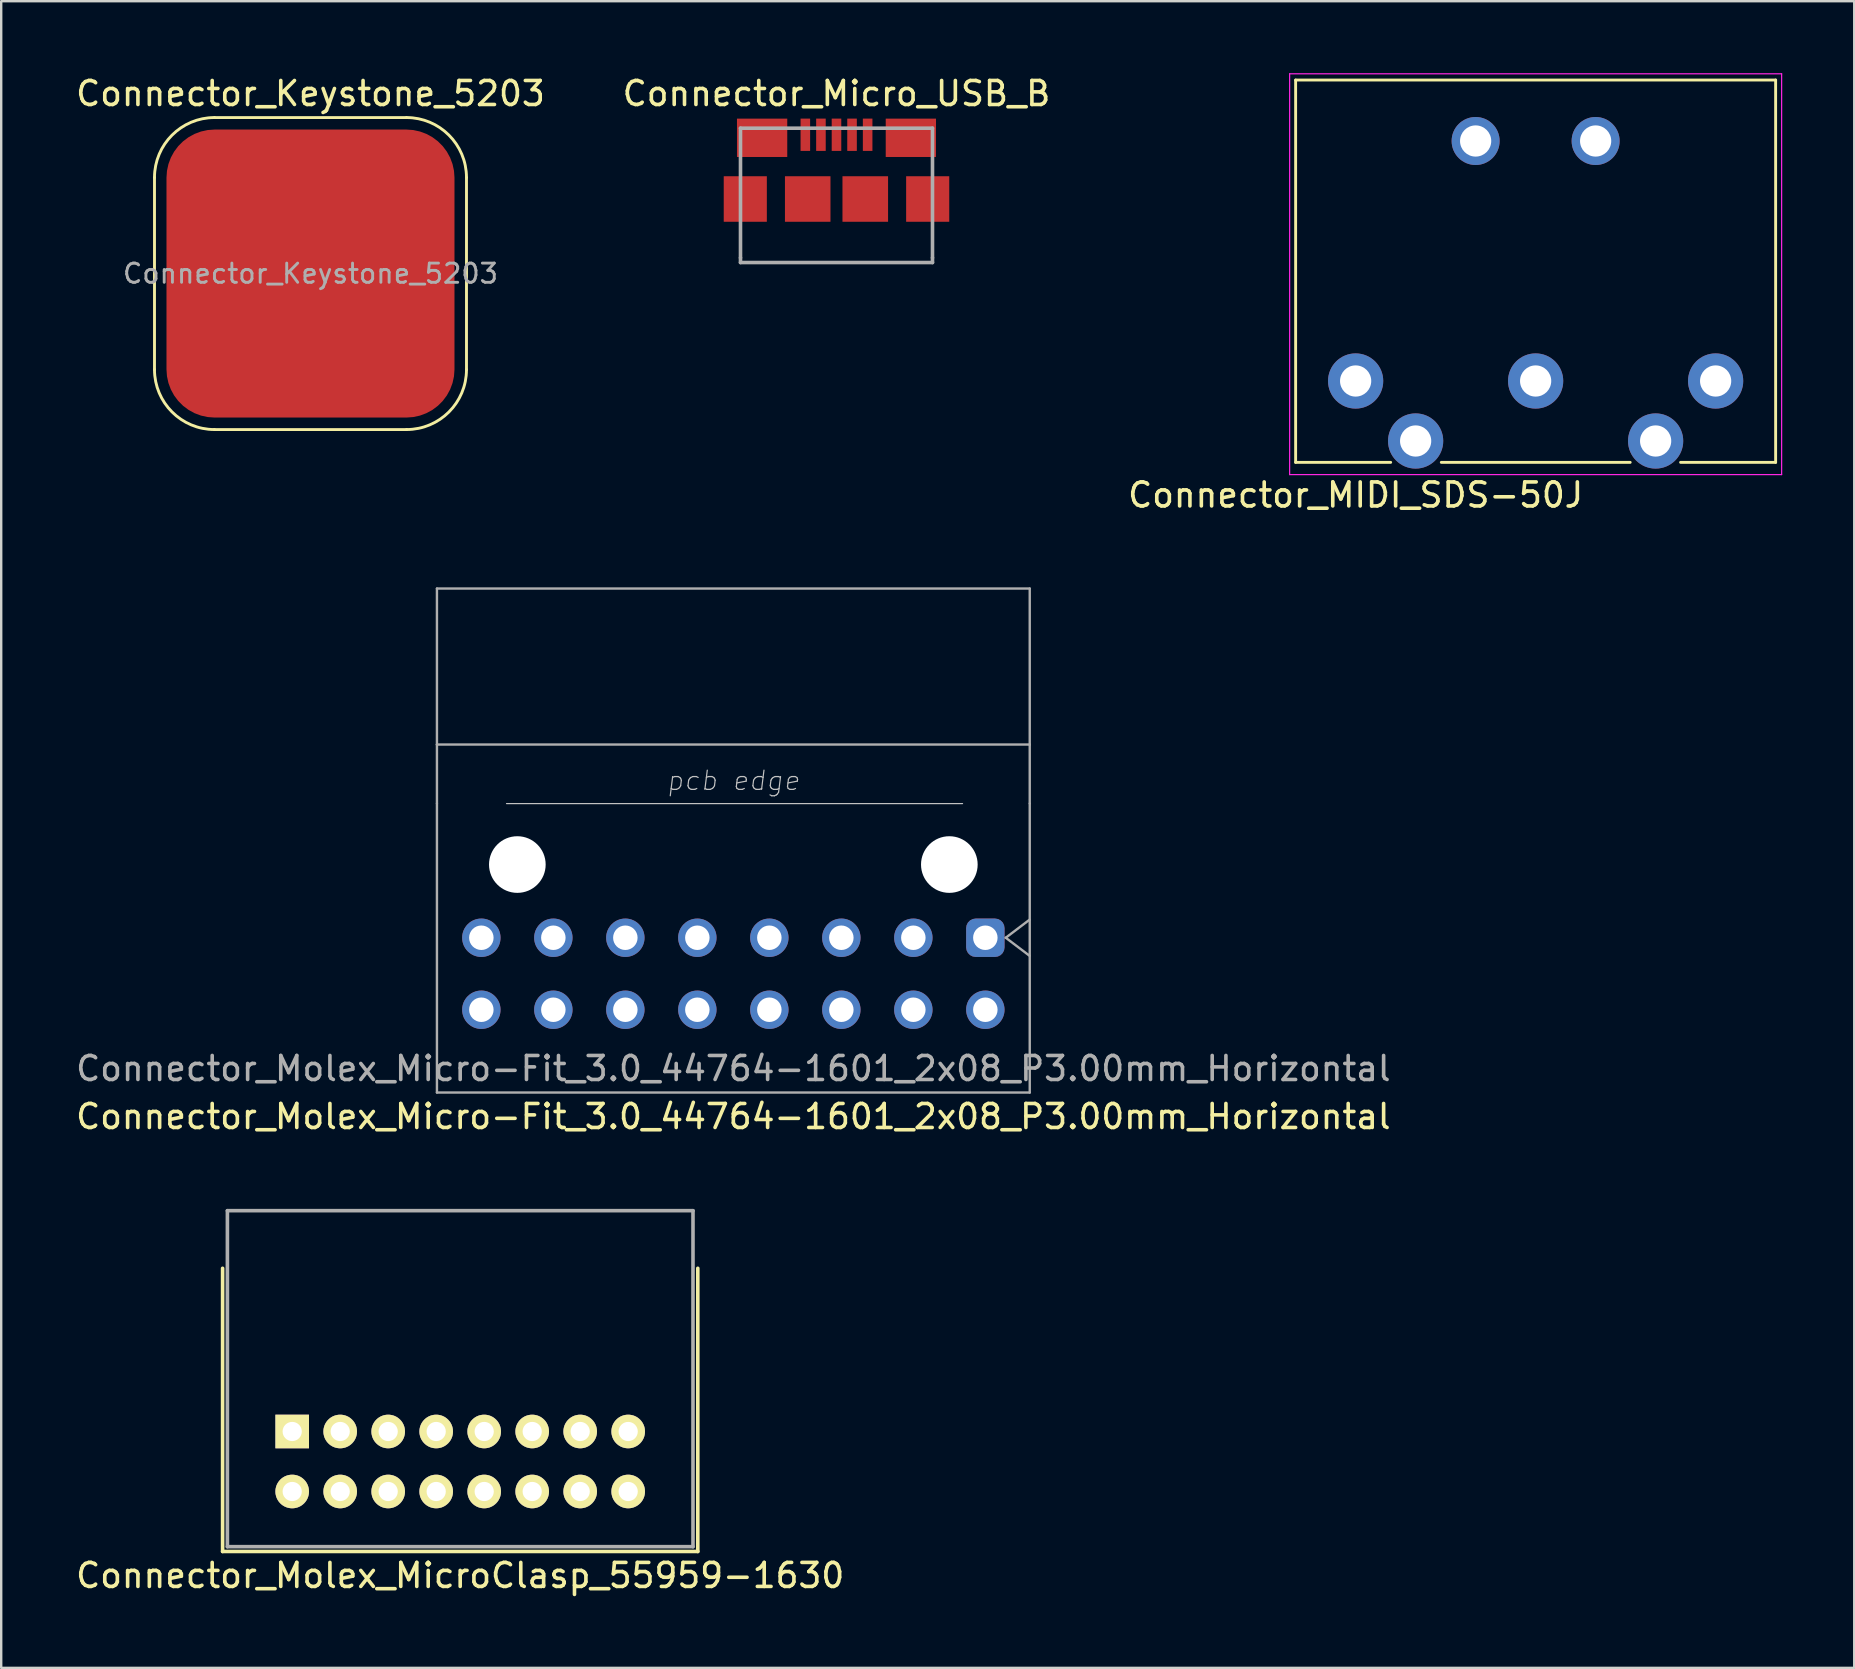
<source format=kicad_pcb>
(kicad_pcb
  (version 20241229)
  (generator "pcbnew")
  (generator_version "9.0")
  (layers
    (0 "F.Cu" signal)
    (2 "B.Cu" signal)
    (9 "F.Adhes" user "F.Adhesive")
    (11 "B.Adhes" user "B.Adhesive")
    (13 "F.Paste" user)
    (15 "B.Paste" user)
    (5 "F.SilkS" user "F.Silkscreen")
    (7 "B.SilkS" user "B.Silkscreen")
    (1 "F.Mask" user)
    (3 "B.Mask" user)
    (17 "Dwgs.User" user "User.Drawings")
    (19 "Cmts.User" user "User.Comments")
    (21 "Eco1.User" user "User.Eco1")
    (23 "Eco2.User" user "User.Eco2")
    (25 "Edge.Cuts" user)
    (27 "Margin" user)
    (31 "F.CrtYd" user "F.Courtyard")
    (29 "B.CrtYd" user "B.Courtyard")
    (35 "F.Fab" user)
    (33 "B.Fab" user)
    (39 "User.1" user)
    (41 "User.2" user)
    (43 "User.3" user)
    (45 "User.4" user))
  (footprint "Connector_MIDI_SDS-50J"
    (layer "F.Cu")
    (at 53.435 12.825)
    (property "Reference" "Connector_MIDI_SDS-50J" (at 0 4.75 0) (layer "F.SilkS") (effects (font (size 1 1) (thickness 0.15))))
    (attr through_hole)
    (fp_line (start -2.5 3.39) (end -2.5 -12.54) (stroke (width 0.12) (type solid)) (layer "F.SilkS"))
    (fp_line (start 1.46 3.39) (end -2.5 3.39) (stroke (width 0.12) (type solid)) (layer "F.SilkS"))
    (fp_line (start 11.44 3.39) (end 3.57 3.39) (stroke (width 0.12) (type solid)) (layer "F.SilkS"))
    (fp_line (start 17.5 -12.54) (end -2.5 -12.54) (stroke (width 0.12) (type solid)) (layer "F.SilkS"))
    (fp_line (start 17.5 3.39) (end 13.54 3.39) (stroke (width 0.12) (type solid)) (layer "F.SilkS"))
    (fp_line (start 17.5 3.39) (end 17.5 -12.54) (stroke (width 0.12) (type solid)) (layer "F.SilkS"))
    (fp_line (start -2.75 -12.8) (end -2.75 3.9) (stroke (width 0.05) (type solid)) (layer "F.CrtYd"))
    (fp_line (start 17.75 -12.8) (end -2.75 -12.8) (stroke (width 0.05) (type solid)) (layer "F.CrtYd"))
    (fp_line (start 17.75 3.9) (end -2.75 3.9) (stroke (width 0.05) (type solid)) (layer "F.CrtYd"))
    (fp_line (start 17.75 3.9) (end 17.75 -12.8) (stroke (width 0.05) (type solid)) (layer "F.CrtYd"))
    (pad "" thru_hole circle (at 5 -10) (size 2 2) (drill 1.3) (layers "*.Cu" "*.Mask"))
    (pad "" thru_hole circle (at 10 -10) (size 2 2) (drill 1.3) (layers "*.Cu" "*.Mask"))
    (pad "1" thru_hole circle (at 0 0) (size 2.3 2.3) (drill 1.3) (layers "*.Cu" "*.Mask"))
    (pad "2" thru_hole circle (at 7.5 0) (size 2.3 2.3) (drill 1.3) (layers "*.Cu" "*.Mask"))
    (pad "3" thru_hole circle (at 15 0) (size 2.3 2.3) (drill 1.3) (layers "*.Cu" "*.Mask"))
    (pad "4" thru_hole circle (at 2.5 2.5) (size 2.3 2.3) (drill 1.3) (layers "*.Cu" "*.Mask"))
    (pad "5" thru_hole circle (at 12.5 2.5) (size 2.3 2.3) (drill 1.3) (layers "*.Cu" "*.Mask")))
  (footprint "Connector_Micro_USB_B"
    (layer "F.Cu")
    (at 31.804 6.69)
    (property "Reference" "Connector_Micro_USB_B" (at 0 -5.842 0) (layer "F.SilkS") (effects (font (size 1 1) (thickness 0.15))))
    (attr through_hole)
    (fp_line (start -4 -4.399) (end 4 -4.399) (stroke (width 0.15) (type solid)) (layer "F.Fab"))
    (fp_line (start -4 1.001) (end -4 -4.399) (stroke (width 0.15) (type solid)) (layer "F.Fab"))
    (fp_line (start -4 1.001) (end -4 1.199) (stroke (width 0.15) (type solid)) (layer "F.Fab"))
    (fp_line (start 4 -4.399) (end 4 1.001) (stroke (width 0.15) (type solid)) (layer "F.Fab"))
    (fp_line (start 4 1.001) (end 4 1.199) (stroke (width 0.15) (type solid)) (layer "F.Fab"))
    (fp_line (start 4 1.199) (end -4 1.199) (stroke (width 0.15) (type solid)) (layer "F.Fab"))
    (pad "1" smd rect (at -1.298 -4.125) (size 0.399 1.346) (layers "F.Cu" "F.Mask" "F.Paste"))
    (pad "2" smd rect (at -0.648 -4.125) (size 0.399 1.346) (layers "F.Cu" "F.Mask" "F.Paste"))
    (pad "3" smd rect (at 0 -4.125) (size 0.399 1.346) (layers "F.Cu" "F.Mask" "F.Paste"))
    (pad "4" smd rect (at 0.648 -4.125) (size 0.399 1.346) (layers "F.Cu" "F.Mask" "F.Paste"))
    (pad "5" smd rect (at 1.298 -4.125) (size 0.399 1.346) (layers "F.Cu" "F.Mask" "F.Paste"))
    (pad "6" smd rect (at -3.8 -1.448) (size 1.796 1.897) (layers "F.Cu" "F.Mask" "F.Paste"))
    (pad "6" smd rect (at -3.099 -3.998) (size 2.095 1.598) (layers "F.Cu" "F.Mask" "F.Paste"))
    (pad "6" smd rect (at -1.199 -1.448) (size 1.897 1.897) (layers "F.Cu" "F.Mask" "F.Paste"))
    (pad "6" smd rect (at 1.199 -1.448) (size 1.9 1.897) (layers "F.Cu" "F.Mask" "F.Paste"))
    (pad "6" smd rect (at 3.099 -3.998) (size 2.095 1.598) (layers "F.Cu" "F.Mask" "F.Paste"))
    (pad "6" smd rect (at 3.8 -1.448) (size 1.796 1.897) (layers "F.Cu" "F.Mask" "F.Paste")))
  (footprint "Connector_Molex_MicroClasp_55959-1630"
    (layer "F.Cu")
    (at 16.125 56.596)
    (property "Reference" "Connector_Molex_MicroClasp_55959-1630" (at 0 6 0) (layer "F.SilkS") (effects (font (size 1 1) (thickness 0.15))))
    (attr through_hole)
    (fp_line (start -9.9 -6.8) (end -9.9 5) (stroke (width 0.15) (type solid)) (layer "F.SilkS"))
    (fp_line (start -9.9 5) (end 9.9 5) (stroke (width 0.15) (type solid)) (layer "F.SilkS"))
    (fp_line (start 9.9 5) (end 9.9 -6.8) (stroke (width 0.15) (type solid)) (layer "F.SilkS"))
    (fp_line (start -9.7 -9.2) (end -9.7 4.8) (stroke (width 0.15) (type solid)) (layer "F.Fab"))
    (fp_line (start -9.7 -9.2) (end 9.7 -9.2) (stroke (width 0.15) (type solid)) (layer "F.Fab"))
    (fp_line (start -9.7 4.8) (end 9.7 4.8) (stroke (width 0.15) (type solid)) (layer "F.Fab"))
    (fp_line (start 9.7 -9.2) (end 9.7 4.8) (stroke (width 0.15) (type solid)) (layer "F.Fab"))
    (pad "1" thru_hole rect (at -7 0) (size 1.4 1.4) (drill 0.8) (layers "*.Cu" "*.Mask" "F.SilkS"))
    (pad "2" thru_hole circle (at -7 2.5) (size 1.4 1.4) (drill 0.8) (layers "*.Cu" "*.Mask" "F.SilkS"))
    (pad "3" thru_hole circle (at -5 0) (size 1.4 1.4) (drill 0.8) (layers "*.Cu" "*.Mask" "F.SilkS"))
    (pad "4" thru_hole circle (at -5 2.5) (size 1.4 1.4) (drill 0.8) (layers "*.Cu" "*.Mask" "F.SilkS"))
    (pad "5" thru_hole circle (at -3 0) (size 1.4 1.4) (drill 0.8) (layers "*.Cu" "*.Mask" "F.SilkS"))
    (pad "6" thru_hole circle (at -3 2.5) (size 1.4 1.4) (drill 0.8) (layers "*.Cu" "*.Mask" "F.SilkS"))
    (pad "7" thru_hole circle (at -1 0) (size 1.4 1.4) (drill 0.8) (layers "*.Cu" "*.Mask" "F.SilkS"))
    (pad "8" thru_hole circle (at -1 2.5) (size 1.4 1.4) (drill 0.8) (layers "*.Cu" "*.Mask" "F.SilkS"))
    (pad "9" thru_hole circle (at 1 0) (size 1.4 1.4) (drill 0.8) (layers "*.Cu" "*.Mask" "F.SilkS"))
    (pad "10" thru_hole circle (at 1 2.5) (size 1.4 1.4) (drill 0.8) (layers "*.Cu" "*.Mask" "F.SilkS"))
    (pad "11" thru_hole circle (at 3 0) (size 1.4 1.4) (drill 0.8) (layers "*.Cu" "*.Mask" "F.SilkS"))
    (pad "12" thru_hole circle (at 3 2.5) (size 1.4 1.4) (drill 0.8) (layers "*.Cu" "*.Mask" "F.SilkS"))
    (pad "13" thru_hole circle (at 5 0) (size 1.4 1.4) (drill 0.8) (layers "*.Cu" "*.Mask" "F.SilkS"))
    (pad "14" thru_hole circle (at 5 2.5) (size 1.4 1.4) (drill 0.8) (layers "*.Cu" "*.Mask" "F.SilkS"))
    (pad "15" thru_hole circle (at 7 0) (size 1.4 1.4) (drill 0.8) (layers "*.Cu" "*.Mask" "F.SilkS"))
    (pad "16" thru_hole circle (at 7 2.5) (size 1.4 1.4) (drill 0.8) (layers "*.Cu" "*.Mask" "F.SilkS")))
  (footprint "Connector_Keystone_5203"
    (layer "F.Cu")
    (at 9.887 8.348)
    (property "Reference" "Connector_Keystone_5203" (at 0 -7.5 0) (layer "F.SilkS") (effects (font (size 1 1) (thickness 0.15))))
    (attr through_hole)
    (fp_line (start -6.5 -4) (end -6.5 4) (stroke (width 0.12) (type solid)) (layer "F.SilkS"))
    (fp_line (start -4 6.5) (end 4 6.5) (stroke (width 0.12) (type solid)) (layer "F.SilkS"))
    (fp_line (start 4 -6.5) (end -4 -6.5) (stroke (width 0.12) (type solid)) (layer "F.SilkS"))
    (fp_line (start 6.5 4) (end 6.5 -4) (stroke (width 0.12) (type solid)) (layer "F.SilkS"))
    (fp_arc (start -6.5 -4) (mid -5.767767 -5.767767) (end -4 -6.5) (stroke (width 0.12) (type solid)) (layer "F.SilkS"))
    (fp_arc (start -4 6.5) (mid -5.767767 5.767767) (end -6.5 4) (stroke (width 0.12) (type solid)) (layer "F.SilkS"))
    (fp_arc (start 4 -6.5) (mid 5.767767 -5.767767) (end 6.5 -4) (stroke (width 0.12) (type solid)) (layer "F.SilkS"))
    (fp_arc (start 6.5 4) (mid 5.767767 5.767767) (end 4 6.5) (stroke (width 0.12) (type solid)) (layer "F.SilkS"))
    (fp_text user "${REFERENCE}" (at 0 0 0) (layer "F.Fab") (effects (font (size 0.8 0.8) (thickness 0.12))))
    (pad "1" smd roundrect (at 0 0) (size 12 12) (layers "F.Cu" "F.Mask" "F.Paste") (roundrect_rratio 0.167)))
  (footprint "Connector_Molex_Micro-Fit_3.0_44764-1601_2x08_P3.00mm_Horizontal"
    (layer "F.Cu")
    (at 17.006 36.023)
    (property "Reference" "Connector_Molex_Micro-Fit_3.0_44764-1601_2x08_P3.00mm_Horizontal" (at 10.5 7.45 0) (layer "F.SilkS") (effects (font (size 1 1) (thickness 0.15))))
    (attr through_hole)
    (fp_line (start 1.05 -5.59) (end 20.05 -5.59) (stroke (width 0.05) (type solid)) (layer "Dwgs.User"))
    (fp_line (start -1.85 -14.55) (end 22.85 -14.55) (stroke (width 0.1) (type solid)) (layer "F.Fab"))
    (fp_line (start -1.85 -8.05) (end -1.85 -14.55) (stroke (width 0.1) (type solid)) (layer "F.Fab"))
    (fp_line (start -1.85 -8.05) (end 22.85 -8.05) (stroke (width 0.1) (type solid)) (layer "F.Fab"))
    (fp_line (start -1.85 -5.6) (end -1.85 -8.05) (stroke (width 0.1) (type solid)) (layer "F.Fab"))
    (fp_line (start -1.85 6.45) (end -1.85 -5.59) (stroke (width 0.1) (type solid)) (layer "F.Fab"))
    (fp_line (start -1.85 6.45) (end 22.85 6.45) (stroke (width 0.1) (type solid)) (layer "F.Fab"))
    (fp_line (start 21.85 0) (end 22.84 -0.75) (stroke (width 0.1) (type solid)) (layer "F.Fab"))
    (fp_line (start 22.84 0.75) (end 21.85 0) (stroke (width 0.1) (type solid)) (layer "F.Fab"))
    (fp_line (start 22.85 -14.55) (end 22.85 -8.05) (stroke (width 0.1) (type solid)) (layer "F.Fab"))
    (fp_line (start 22.85 -8.05) (end 22.85 -5.6) (stroke (width 0.1) (type solid)) (layer "F.Fab"))
    (fp_line (start 22.85 -5.59) (end 22.85 6.45) (stroke (width 0.1) (type solid)) (layer "F.Fab"))
    (fp_text user "pcb edge" (at 10.5 -6.55 0) (layer "Dwgs.User") (effects (font (size 0.8 0.8) (thickness 0.05) (italic yes))))
    (fp_text user "${REFERENCE}" (at 10.5 5.45 0) (layer "F.Fab") (effects (font (size 1 1) (thickness 0.15))))
    (pad "" np_thru_hole circle (at 1.5 -3.05) (size 2.36 2.36) (drill 2.36) (layers "*.Cu" "*.Mask"))
    (pad "" np_thru_hole circle (at 19.5 -3.05) (size 2.36 2.36) (drill 2.36) (layers "*.Cu" "*.Mask"))
    (pad "1" thru_hole roundrect (at 21 0) (size 1.6 1.6) (drill 1.02) (layers "*.Cu" "*.Mask") (roundrect_rratio 0.25))
    (pad "2" thru_hole circle (at 18 0) (size 1.6 1.6) (drill 1.02) (layers "*.Cu" "*.Mask"))
    (pad "3" thru_hole circle (at 15 0) (size 1.6 1.6) (drill 1.02) (layers "*.Cu" "*.Mask"))
    (pad "4" thru_hole circle (at 12 0) (size 1.6 1.6) (drill 1.02) (layers "*.Cu" "*.Mask"))
    (pad "5" thru_hole circle (at 9 0) (size 1.6 1.6) (drill 1.02) (layers "*.Cu" "*.Mask"))
    (pad "6" thru_hole circle (at 6 0) (size 1.6 1.6) (drill 1.02) (layers "*.Cu" "*.Mask"))
    (pad "7" thru_hole circle (at 3 0) (size 1.6 1.6) (drill 1.02) (layers "*.Cu" "*.Mask"))
    (pad "8" thru_hole circle (at 0 0) (size 1.6 1.6) (drill 1.02) (layers "*.Cu" "*.Mask"))
    (pad "9" thru_hole circle (at 21 3) (size 1.6 1.6) (drill 1.02) (layers "*.Cu" "*.Mask"))
    (pad "10" thru_hole circle (at 18 3) (size 1.6 1.6) (drill 1.02) (layers "*.Cu" "*.Mask"))
    (pad "11" thru_hole circle (at 15 3) (size 1.6 1.6) (drill 1.02) (layers "*.Cu" "*.Mask"))
    (pad "12" thru_hole circle (at 12 3) (size 1.6 1.6) (drill 1.02) (layers "*.Cu" "*.Mask"))
    (pad "13" thru_hole circle (at 9 3) (size 1.6 1.6) (drill 1.02) (layers "*.Cu" "*.Mask"))
    (pad "14" thru_hole circle (at 6 3) (size 1.6 1.6) (drill 1.02) (layers "*.Cu" "*.Mask"))
    (pad "15" thru_hole circle (at 3 3) (size 1.6 1.6) (drill 1.02) (layers "*.Cu" "*.Mask"))
    (pad "16" thru_hole circle (at 0 3) (size 1.6 1.6) (drill 1.02) (layers "*.Cu" "*.Mask")))
  (gr_rect
    (start -3 -3)
    (end 74.21 66.445)
    (stroke (width 0.1) (type default))
    (fill no)
    (layer "Edge.Cuts")))
</source>
